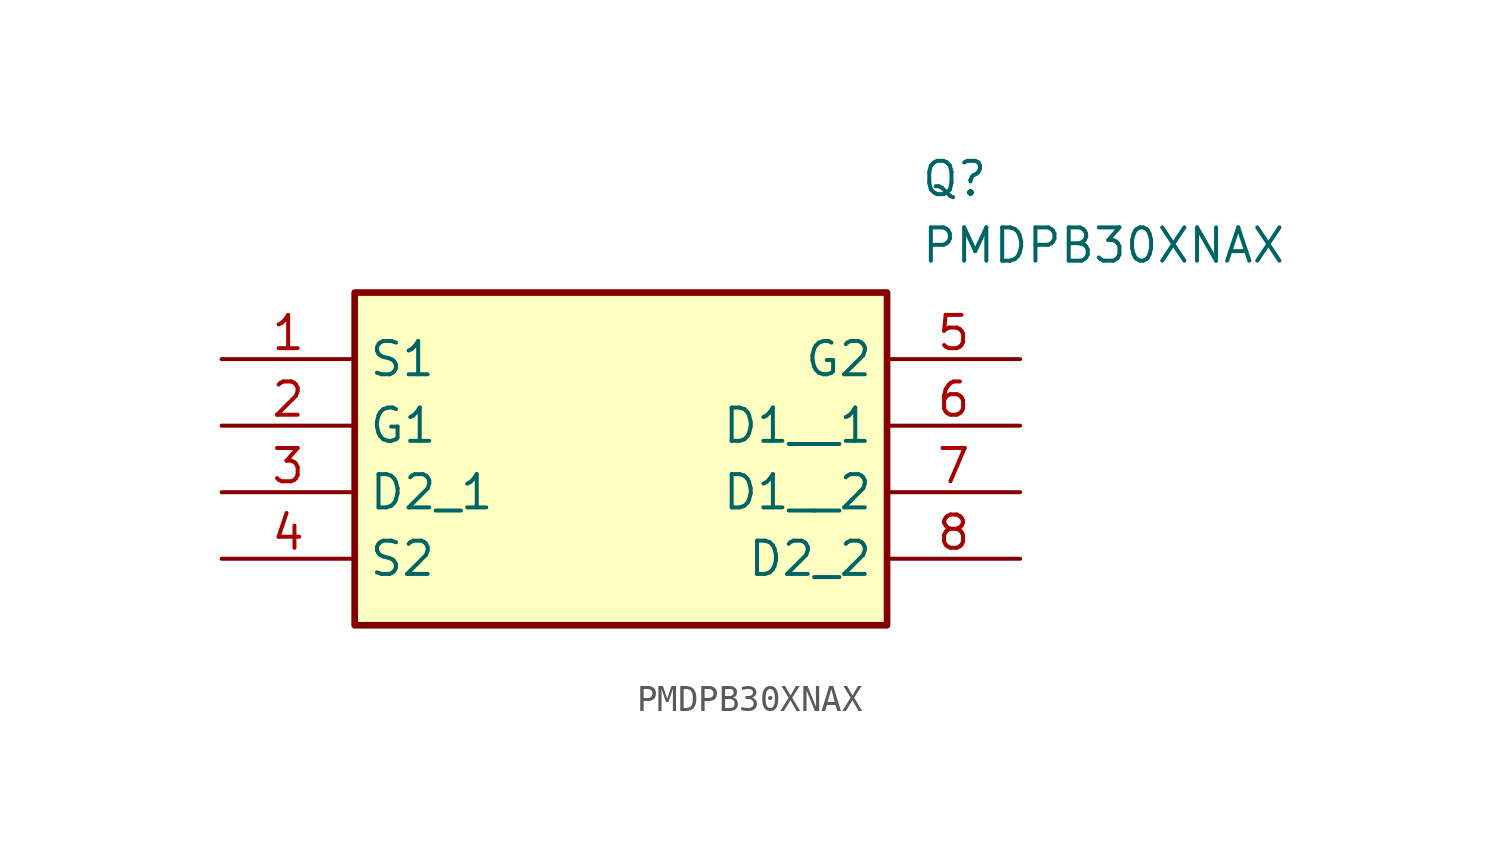
<source format=kicad_sym>
(kicad_symbol_lib
  (version 20211014)
  (generator SamacSys_ECAD_Model)
  (symbol "PMDPB30XNAX"
    (property "Reference" "Q"
      (at 26.67 7.62 0)
      (effects (font (size 1.27 1.27)) (justify left top)))
    (property "Value" "PMDPB30XNAX"
      (at 26.67 5.08 0)
      (effects (font (size 1.27 1.27)) (justify left top)))
    (rectangle
      (start 5.08 2.54)
      (end 25.4 -10.16)
      (stroke (width 0.254) (type default))
      (fill (type background)))
    (pin passive line
      (at 0 0 0)
      (length 5.08)
      (name "S1" (effects (font (size 1.27 1.27))))
      (number "1" (effects (font (size 1.27 1.27)))))
    (pin passive line
      (at 0 -2.54 0)
      (length 5.08)
      (name "G1" (effects (font (size 1.27 1.27))))
      (number "2" (effects (font (size 1.27 1.27)))))
    (pin passive line
      (at 0 -5.08 0)
      (length 5.08)
      (name "D2_1" (effects (font (size 1.27 1.27))))
      (number "3" (effects (font (size 1.27 1.27)))))
    (pin passive line
      (at 0 -7.62 0)
      (length 5.08)
      (name "S2" (effects (font (size 1.27 1.27))))
      (number "4" (effects (font (size 1.27 1.27)))))
    (pin passive line
      (at 30.48 0 180)
      (length 5.08)
      (name "G2" (effects (font (size 1.27 1.27))))
      (number "5" (effects (font (size 1.27 1.27)))))
    (pin passive line
      (at 30.48 -2.54 180)
      (length 5.08)
      (name "D1__1" (effects (font (size 1.27 1.27))))
      (number "6" (effects (font (size 1.27 1.27)))))
    (pin passive line
      (at 30.48 -5.08 180)
      (length 5.08)
      (name "D1__2" (effects (font (size 1.27 1.27))))
      (number "7" (effects (font (size 1.27 1.27)))))
    (pin passive line
      (at 30.48 -7.62 180)
      (length 5.08)
      (name "D2_2" (effects (font (size 1.27 1.27))))
      (number "8" (effects (font (size 1.27 1.27)))))))
</source>
